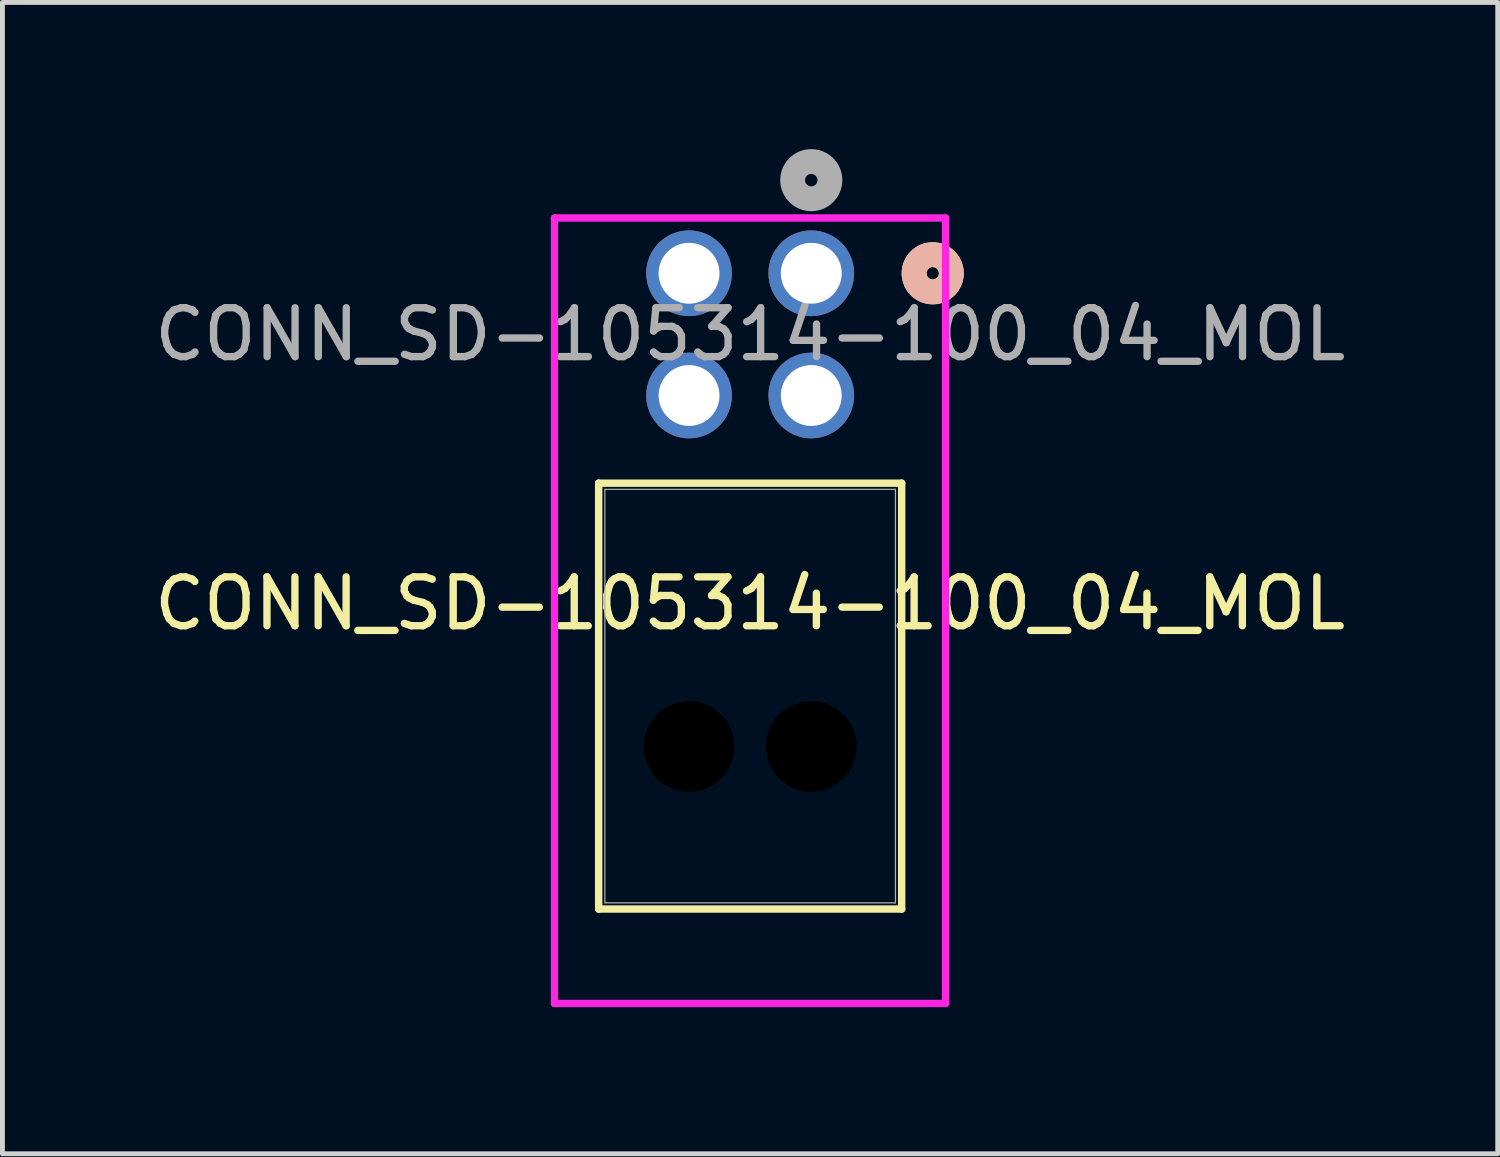
<source format=kicad_pcb>
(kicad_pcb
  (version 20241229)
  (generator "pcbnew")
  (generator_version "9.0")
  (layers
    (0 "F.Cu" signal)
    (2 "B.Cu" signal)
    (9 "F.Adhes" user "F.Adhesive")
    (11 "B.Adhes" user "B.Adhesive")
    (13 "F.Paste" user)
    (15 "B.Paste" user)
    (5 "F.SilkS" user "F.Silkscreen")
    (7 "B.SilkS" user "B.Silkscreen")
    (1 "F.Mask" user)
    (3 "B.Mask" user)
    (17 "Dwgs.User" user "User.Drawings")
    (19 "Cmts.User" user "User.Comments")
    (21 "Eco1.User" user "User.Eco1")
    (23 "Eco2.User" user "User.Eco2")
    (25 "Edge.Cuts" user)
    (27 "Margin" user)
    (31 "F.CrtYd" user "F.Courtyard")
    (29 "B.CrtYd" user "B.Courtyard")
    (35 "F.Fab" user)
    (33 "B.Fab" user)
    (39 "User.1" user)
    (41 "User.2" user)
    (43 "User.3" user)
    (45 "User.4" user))
  (footprint "CONN_SD-105314-100_04_MOL"
    (layer "F.Cu")
    (at 12.292 3.295)
    (property "Reference" "CONN_SD-105314-100_04_MOL" (at 0 6 0) (unlocked yes) (layer "F.SilkS") (effects (font (size 1 1) (thickness 0.15))))
    (attr through_hole)
    (fp_line (start -3.096 3.538) (end 3.102 3.538) (stroke (width 0.152) (type solid)) (layer "F.SilkS"))
    (fp_line (start -3.096 12.25) (end -3.096 3.538) (stroke (width 0.152) (type solid)) (layer "F.SilkS"))
    (fp_line (start 3.102 3.538) (end 3.102 12.25) (stroke (width 0.152) (type solid)) (layer "F.SilkS"))
    (fp_line (start 3.102 12.25) (end -3.096 12.25) (stroke (width 0.152) (type solid)) (layer "F.SilkS"))
    (fp_circle (center 3.737 -0.755) (end 4.118 -0.755) (stroke (width 0.508) (type solid)) (fill no) (layer "F.SilkS"))
    (fp_circle (center 3.737 -0.755) (end 4.118 -0.755) (stroke (width 0.508) (type solid)) (fill no) (layer "B.SilkS"))
    (fp_line (start -4 -1.886) (end -4 14.181) (stroke (width 0.15) (type default)) (layer "F.CrtYd"))
    (fp_line (start -4 14.181) (end 4 14.181) (stroke (width 0.15) (type solid)) (layer "F.CrtYd"))
    (fp_line (start 4 -1.886) (end -4 -1.886) (stroke (width 0.152) (type solid)) (layer "F.CrtYd"))
    (fp_line (start 4 -1.886) (end 4 14.181) (stroke (width 0.15) (type default)) (layer "F.CrtYd"))
    (fp_line (start -2.969 3.665) (end -2.969 12.123) (stroke (width 0.025) (type solid)) (layer "F.Fab"))
    (fp_line (start -2.969 12.123) (end 2.975 12.123) (stroke (width 0.025) (type solid)) (layer "F.Fab"))
    (fp_line (start 2.975 3.665) (end -2.969 3.665) (stroke (width 0.025) (type solid)) (layer "F.Fab"))
    (fp_line (start 2.975 12.123) (end 2.975 3.665) (stroke (width 0.025) (type solid)) (layer "F.Fab"))
    (fp_circle (center 1.253 -2.66) (end 1.634 -2.66) (stroke (width 0.508) (type solid)) (fill no) (layer "F.Fab"))
    (fp_text user "${REFERENCE}" (at 0.003 0.495 0) (unlocked yes) (layer "F.Fab") (effects (font (size 1 1) (thickness 0.15))))
    (pad "" np_thru_hole circle (at -1.247 8.925) (size 1.854 1.854) (drill 1.854) (layers))
    (pad "" np_thru_hole circle (at 1.253 8.925) (size 1.854 1.854) (drill 1.854) (layers))
    (pad "1" thru_hole circle (at 1.253 -0.755) (size 1.753 1.753) (drill 1.245) (layers "*.Cu" "*.Mask"))
    (pad "2" thru_hole circle (at -1.247 -0.755) (size 1.753 1.753) (drill 1.245) (layers "*.Cu" "*.Mask"))
    (pad "3" thru_hole circle (at 1.253 1.745) (size 1.753 1.753) (drill 1.245) (layers "*.Cu" "*.Mask"))
    (pad "4" thru_hole circle (at -1.247 1.745) (size 1.753 1.753) (drill 1.245) (layers "*.Cu" "*.Mask")))
  (gr_rect
    (start -3 -3)
    (end 27.587 20.551)
    (stroke (width 0.1) (type default))
    (fill no)
    (layer "Edge.Cuts")))
</source>
